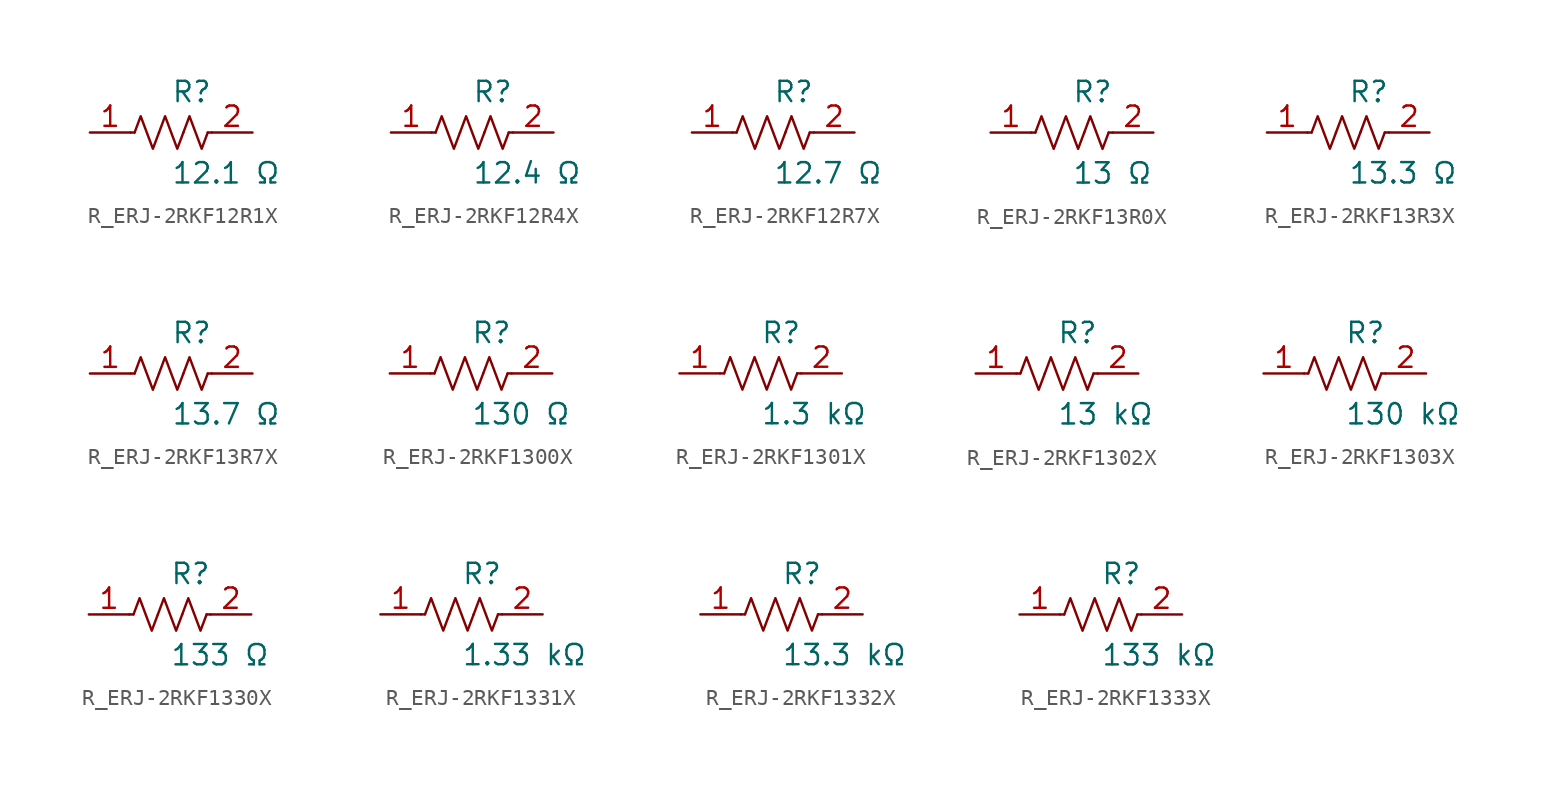
<source format=kicad_sym>
(kicad_symbol_lib
  (version 20231120)
  (generator kicad_symbol_editor)
  (generator_version 8.0)
  (symbol "R_ERJ-2RKF12R1X"
    (pin_names
      (offset 0.254))
    (property "Reference" "R"
      (at 0 2.54 0)
      (effects (font (size 1.27 1.27)) (justify left)))
    (property "Value" "12.1 Ω"
      (at 0 -2.54 0)
      (effects (font (size 1.27 1.27)) (justify left)))
    (symbol "R_ERJ-2RKF12R1X_0_1"
      (polyline (pts (xy 2.286 0) (xy 2.54 0)) (stroke (width 0) (type default)) (fill (type none)))
      (polyline (pts (xy -2.286 0) (xy -2.54 0)) (stroke (width 0) (type default)) (fill (type none)))
      (polyline (pts (xy 0.762 0) (xy 1.143 1.016) (xy 1.524 0) (xy 1.905 -1.016) (xy 2.286 0)) (stroke (width 0) (type default)) (fill (type none)))
      (polyline (pts (xy -0.762 0) (xy -0.381 1.016) (xy 0 0) (xy 0.381 -1.016) (xy 0.762 0)) (stroke (width 0) (type default)) (fill (type none)))
      (polyline (pts (xy -2.286 0) (xy -1.905 1.016) (xy -1.524 0) (xy -1.143 -1.016) (xy -0.762 0)) (stroke (width 0) (type default)) (fill (type none))))
    (pin passive line
      (at -5.08 0 0)
      (length 2.54)
      (name "" (effects (font (size 1.27 1.27))))
      (number "1" (effects (font (size 1.27 1.27)))))
    (pin passive line
      (at 5.08 0 180)
      (length 2.54)
      (name "" (effects (font (size 1.27 1.27))))
      (number "2" (effects (font (size 1.27 1.27))))))
  (symbol "R_ERJ-2RKF12R4X"
    (pin_names
      (offset 0.254))
    (property "Reference" "R"
      (at 0 2.54 0)
      (effects (font (size 1.27 1.27)) (justify left)))
    (property "Value" "12.4 Ω"
      (at 0 -2.54 0)
      (effects (font (size 1.27 1.27)) (justify left)))
    (symbol "R_ERJ-2RKF12R4X_0_1"
      (polyline (pts (xy 2.286 0) (xy 2.54 0)) (stroke (width 0) (type default)) (fill (type none)))
      (polyline (pts (xy -2.286 0) (xy -2.54 0)) (stroke (width 0) (type default)) (fill (type none)))
      (polyline (pts (xy 0.762 0) (xy 1.143 1.016) (xy 1.524 0) (xy 1.905 -1.016) (xy 2.286 0)) (stroke (width 0) (type default)) (fill (type none)))
      (polyline (pts (xy -0.762 0) (xy -0.381 1.016) (xy 0 0) (xy 0.381 -1.016) (xy 0.762 0)) (stroke (width 0) (type default)) (fill (type none)))
      (polyline (pts (xy -2.286 0) (xy -1.905 1.016) (xy -1.524 0) (xy -1.143 -1.016) (xy -0.762 0)) (stroke (width 0) (type default)) (fill (type none))))
    (pin passive line
      (at -5.08 0 0)
      (length 2.54)
      (name "" (effects (font (size 1.27 1.27))))
      (number "1" (effects (font (size 1.27 1.27)))))
    (pin passive line
      (at 5.08 0 180)
      (length 2.54)
      (name "" (effects (font (size 1.27 1.27))))
      (number "2" (effects (font (size 1.27 1.27))))))
  (symbol "R_ERJ-2RKF12R7X"
    (pin_names
      (offset 0.254))
    (property "Reference" "R"
      (at 0 2.54 0)
      (effects (font (size 1.27 1.27)) (justify left)))
    (property "Value" "12.7 Ω"
      (at 0 -2.54 0)
      (effects (font (size 1.27 1.27)) (justify left)))
    (symbol "R_ERJ-2RKF12R7X_0_1"
      (polyline (pts (xy 2.286 0) (xy 2.54 0)) (stroke (width 0) (type default)) (fill (type none)))
      (polyline (pts (xy -2.286 0) (xy -2.54 0)) (stroke (width 0) (type default)) (fill (type none)))
      (polyline (pts (xy 0.762 0) (xy 1.143 1.016) (xy 1.524 0) (xy 1.905 -1.016) (xy 2.286 0)) (stroke (width 0) (type default)) (fill (type none)))
      (polyline (pts (xy -0.762 0) (xy -0.381 1.016) (xy 0 0) (xy 0.381 -1.016) (xy 0.762 0)) (stroke (width 0) (type default)) (fill (type none)))
      (polyline (pts (xy -2.286 0) (xy -1.905 1.016) (xy -1.524 0) (xy -1.143 -1.016) (xy -0.762 0)) (stroke (width 0) (type default)) (fill (type none))))
    (pin passive line
      (at -5.08 0 0)
      (length 2.54)
      (name "" (effects (font (size 1.27 1.27))))
      (number "1" (effects (font (size 1.27 1.27)))))
    (pin passive line
      (at 5.08 0 180)
      (length 2.54)
      (name "" (effects (font (size 1.27 1.27))))
      (number "2" (effects (font (size 1.27 1.27))))))
  (symbol "R_ERJ-2RKF13R0X"
    (pin_names
      (offset 0.254))
    (property "Reference" "R"
      (at 0 2.54 0)
      (effects (font (size 1.27 1.27)) (justify left)))
    (property "Value" "13 Ω"
      (at 0 -2.54 0)
      (effects (font (size 1.27 1.27)) (justify left)))
    (symbol "R_ERJ-2RKF13R0X_0_1"
      (polyline (pts (xy 2.286 0) (xy 2.54 0)) (stroke (width 0) (type default)) (fill (type none)))
      (polyline (pts (xy -2.286 0) (xy -2.54 0)) (stroke (width 0) (type default)) (fill (type none)))
      (polyline (pts (xy 0.762 0) (xy 1.143 1.016) (xy 1.524 0) (xy 1.905 -1.016) (xy 2.286 0)) (stroke (width 0) (type default)) (fill (type none)))
      (polyline (pts (xy -0.762 0) (xy -0.381 1.016) (xy 0 0) (xy 0.381 -1.016) (xy 0.762 0)) (stroke (width 0) (type default)) (fill (type none)))
      (polyline (pts (xy -2.286 0) (xy -1.905 1.016) (xy -1.524 0) (xy -1.143 -1.016) (xy -0.762 0)) (stroke (width 0) (type default)) (fill (type none))))
    (pin passive line
      (at -5.08 0 0)
      (length 2.54)
      (name "" (effects (font (size 1.27 1.27))))
      (number "1" (effects (font (size 1.27 1.27)))))
    (pin passive line
      (at 5.08 0 180)
      (length 2.54)
      (name "" (effects (font (size 1.27 1.27))))
      (number "2" (effects (font (size 1.27 1.27))))))
  (symbol "R_ERJ-2RKF13R3X"
    (pin_names
      (offset 0.254))
    (property "Reference" "R"
      (at 0 2.54 0)
      (effects (font (size 1.27 1.27)) (justify left)))
    (property "Value" "13.3 Ω"
      (at 0 -2.54 0)
      (effects (font (size 1.27 1.27)) (justify left)))
    (symbol "R_ERJ-2RKF13R3X_0_1"
      (polyline (pts (xy 2.286 0) (xy 2.54 0)) (stroke (width 0) (type default)) (fill (type none)))
      (polyline (pts (xy -2.286 0) (xy -2.54 0)) (stroke (width 0) (type default)) (fill (type none)))
      (polyline (pts (xy 0.762 0) (xy 1.143 1.016) (xy 1.524 0) (xy 1.905 -1.016) (xy 2.286 0)) (stroke (width 0) (type default)) (fill (type none)))
      (polyline (pts (xy -0.762 0) (xy -0.381 1.016) (xy 0 0) (xy 0.381 -1.016) (xy 0.762 0)) (stroke (width 0) (type default)) (fill (type none)))
      (polyline (pts (xy -2.286 0) (xy -1.905 1.016) (xy -1.524 0) (xy -1.143 -1.016) (xy -0.762 0)) (stroke (width 0) (type default)) (fill (type none))))
    (pin passive line
      (at -5.08 0 0)
      (length 2.54)
      (name "" (effects (font (size 1.27 1.27))))
      (number "1" (effects (font (size 1.27 1.27)))))
    (pin passive line
      (at 5.08 0 180)
      (length 2.54)
      (name "" (effects (font (size 1.27 1.27))))
      (number "2" (effects (font (size 1.27 1.27))))))
  (symbol "R_ERJ-2RKF13R7X"
    (pin_names
      (offset 0.254))
    (property "Reference" "R"
      (at 0 2.54 0)
      (effects (font (size 1.27 1.27)) (justify left)))
    (property "Value" "13.7 Ω"
      (at 0 -2.54 0)
      (effects (font (size 1.27 1.27)) (justify left)))
    (symbol "R_ERJ-2RKF13R7X_0_1"
      (polyline (pts (xy 2.286 0) (xy 2.54 0)) (stroke (width 0) (type default)) (fill (type none)))
      (polyline (pts (xy -2.286 0) (xy -2.54 0)) (stroke (width 0) (type default)) (fill (type none)))
      (polyline (pts (xy 0.762 0) (xy 1.143 1.016) (xy 1.524 0) (xy 1.905 -1.016) (xy 2.286 0)) (stroke (width 0) (type default)) (fill (type none)))
      (polyline (pts (xy -0.762 0) (xy -0.381 1.016) (xy 0 0) (xy 0.381 -1.016) (xy 0.762 0)) (stroke (width 0) (type default)) (fill (type none)))
      (polyline (pts (xy -2.286 0) (xy -1.905 1.016) (xy -1.524 0) (xy -1.143 -1.016) (xy -0.762 0)) (stroke (width 0) (type default)) (fill (type none))))
    (pin passive line
      (at -5.08 0 0)
      (length 2.54)
      (name "" (effects (font (size 1.27 1.27))))
      (number "1" (effects (font (size 1.27 1.27)))))
    (pin passive line
      (at 5.08 0 180)
      (length 2.54)
      (name "" (effects (font (size 1.27 1.27))))
      (number "2" (effects (font (size 1.27 1.27))))))
  (symbol "R_ERJ-2RKF1300X"
    (pin_names
      (offset 0.254))
    (property "Reference" "R"
      (at 0 2.54 0)
      (effects (font (size 1.27 1.27)) (justify left)))
    (property "Value" "130 Ω"
      (at 0 -2.54 0)
      (effects (font (size 1.27 1.27)) (justify left)))
    (symbol "R_ERJ-2RKF1300X_0_1"
      (polyline (pts (xy 2.286 0) (xy 2.54 0)) (stroke (width 0) (type default)) (fill (type none)))
      (polyline (pts (xy -2.286 0) (xy -2.54 0)) (stroke (width 0) (type default)) (fill (type none)))
      (polyline (pts (xy 0.762 0) (xy 1.143 1.016) (xy 1.524 0) (xy 1.905 -1.016) (xy 2.286 0)) (stroke (width 0) (type default)) (fill (type none)))
      (polyline (pts (xy -0.762 0) (xy -0.381 1.016) (xy 0 0) (xy 0.381 -1.016) (xy 0.762 0)) (stroke (width 0) (type default)) (fill (type none)))
      (polyline (pts (xy -2.286 0) (xy -1.905 1.016) (xy -1.524 0) (xy -1.143 -1.016) (xy -0.762 0)) (stroke (width 0) (type default)) (fill (type none))))
    (pin passive line
      (at -5.08 0 0)
      (length 2.54)
      (name "" (effects (font (size 1.27 1.27))))
      (number "1" (effects (font (size 1.27 1.27)))))
    (pin passive line
      (at 5.08 0 180)
      (length 2.54)
      (name "" (effects (font (size 1.27 1.27))))
      (number "2" (effects (font (size 1.27 1.27))))))
  (symbol "R_ERJ-2RKF1301X"
    (pin_names
      (offset 0.254))
    (property "Reference" "R"
      (at 0 2.54 0)
      (effects (font (size 1.27 1.27)) (justify left)))
    (property "Value" "1.3 kΩ"
      (at 0 -2.54 0)
      (effects (font (size 1.27 1.27)) (justify left)))
    (symbol "R_ERJ-2RKF1301X_0_1"
      (polyline (pts (xy 2.286 0) (xy 2.54 0)) (stroke (width 0) (type default)) (fill (type none)))
      (polyline (pts (xy -2.286 0) (xy -2.54 0)) (stroke (width 0) (type default)) (fill (type none)))
      (polyline (pts (xy 0.762 0) (xy 1.143 1.016) (xy 1.524 0) (xy 1.905 -1.016) (xy 2.286 0)) (stroke (width 0) (type default)) (fill (type none)))
      (polyline (pts (xy -0.762 0) (xy -0.381 1.016) (xy 0 0) (xy 0.381 -1.016) (xy 0.762 0)) (stroke (width 0) (type default)) (fill (type none)))
      (polyline (pts (xy -2.286 0) (xy -1.905 1.016) (xy -1.524 0) (xy -1.143 -1.016) (xy -0.762 0)) (stroke (width 0) (type default)) (fill (type none))))
    (pin passive line
      (at -5.08 0 0)
      (length 2.54)
      (name "" (effects (font (size 1.27 1.27))))
      (number "1" (effects (font (size 1.27 1.27)))))
    (pin passive line
      (at 5.08 0 180)
      (length 2.54)
      (name "" (effects (font (size 1.27 1.27))))
      (number "2" (effects (font (size 1.27 1.27))))))
  (symbol "R_ERJ-2RKF1302X"
    (pin_names
      (offset 0.254))
    (property "Reference" "R"
      (at 0 2.54 0)
      (effects (font (size 1.27 1.27)) (justify left)))
    (property "Value" "13 kΩ"
      (at 0 -2.54 0)
      (effects (font (size 1.27 1.27)) (justify left)))
    (symbol "R_ERJ-2RKF1302X_0_1"
      (polyline (pts (xy 2.286 0) (xy 2.54 0)) (stroke (width 0) (type default)) (fill (type none)))
      (polyline (pts (xy -2.286 0) (xy -2.54 0)) (stroke (width 0) (type default)) (fill (type none)))
      (polyline (pts (xy 0.762 0) (xy 1.143 1.016) (xy 1.524 0) (xy 1.905 -1.016) (xy 2.286 0)) (stroke (width 0) (type default)) (fill (type none)))
      (polyline (pts (xy -0.762 0) (xy -0.381 1.016) (xy 0 0) (xy 0.381 -1.016) (xy 0.762 0)) (stroke (width 0) (type default)) (fill (type none)))
      (polyline (pts (xy -2.286 0) (xy -1.905 1.016) (xy -1.524 0) (xy -1.143 -1.016) (xy -0.762 0)) (stroke (width 0) (type default)) (fill (type none))))
    (pin passive line
      (at -5.08 0 0)
      (length 2.54)
      (name "" (effects (font (size 1.27 1.27))))
      (number "1" (effects (font (size 1.27 1.27)))))
    (pin passive line
      (at 5.08 0 180)
      (length 2.54)
      (name "" (effects (font (size 1.27 1.27))))
      (number "2" (effects (font (size 1.27 1.27))))))
  (symbol "R_ERJ-2RKF1303X"
    (pin_names
      (offset 0.254))
    (property "Reference" "R"
      (at 0 2.54 0)
      (effects (font (size 1.27 1.27)) (justify left)))
    (property "Value" "130 kΩ"
      (at 0 -2.54 0)
      (effects (font (size 1.27 1.27)) (justify left)))
    (symbol "R_ERJ-2RKF1303X_0_1"
      (polyline (pts (xy 2.286 0) (xy 2.54 0)) (stroke (width 0) (type default)) (fill (type none)))
      (polyline (pts (xy -2.286 0) (xy -2.54 0)) (stroke (width 0) (type default)) (fill (type none)))
      (polyline (pts (xy 0.762 0) (xy 1.143 1.016) (xy 1.524 0) (xy 1.905 -1.016) (xy 2.286 0)) (stroke (width 0) (type default)) (fill (type none)))
      (polyline (pts (xy -0.762 0) (xy -0.381 1.016) (xy 0 0) (xy 0.381 -1.016) (xy 0.762 0)) (stroke (width 0) (type default)) (fill (type none)))
      (polyline (pts (xy -2.286 0) (xy -1.905 1.016) (xy -1.524 0) (xy -1.143 -1.016) (xy -0.762 0)) (stroke (width 0) (type default)) (fill (type none))))
    (pin passive line
      (at -5.08 0 0)
      (length 2.54)
      (name "" (effects (font (size 1.27 1.27))))
      (number "1" (effects (font (size 1.27 1.27)))))
    (pin passive line
      (at 5.08 0 180)
      (length 2.54)
      (name "" (effects (font (size 1.27 1.27))))
      (number "2" (effects (font (size 1.27 1.27))))))
  (symbol "R_ERJ-2RKF1330X"
    (pin_names
      (offset 0.254))
    (property "Reference" "R"
      (at 0 2.54 0)
      (effects (font (size 1.27 1.27)) (justify left)))
    (property "Value" "133 Ω"
      (at 0 -2.54 0)
      (effects (font (size 1.27 1.27)) (justify left)))
    (symbol "R_ERJ-2RKF1330X_0_1"
      (polyline (pts (xy 2.286 0) (xy 2.54 0)) (stroke (width 0) (type default)) (fill (type none)))
      (polyline (pts (xy -2.286 0) (xy -2.54 0)) (stroke (width 0) (type default)) (fill (type none)))
      (polyline (pts (xy 0.762 0) (xy 1.143 1.016) (xy 1.524 0) (xy 1.905 -1.016) (xy 2.286 0)) (stroke (width 0) (type default)) (fill (type none)))
      (polyline (pts (xy -0.762 0) (xy -0.381 1.016) (xy 0 0) (xy 0.381 -1.016) (xy 0.762 0)) (stroke (width 0) (type default)) (fill (type none)))
      (polyline (pts (xy -2.286 0) (xy -1.905 1.016) (xy -1.524 0) (xy -1.143 -1.016) (xy -0.762 0)) (stroke (width 0) (type default)) (fill (type none))))
    (pin passive line
      (at -5.08 0 0)
      (length 2.54)
      (name "" (effects (font (size 1.27 1.27))))
      (number "1" (effects (font (size 1.27 1.27)))))
    (pin passive line
      (at 5.08 0 180)
      (length 2.54)
      (name "" (effects (font (size 1.27 1.27))))
      (number "2" (effects (font (size 1.27 1.27))))))
  (symbol "R_ERJ-2RKF1331X"
    (pin_names
      (offset 0.254))
    (property "Reference" "R"
      (at 0 2.54 0)
      (effects (font (size 1.27 1.27)) (justify left)))
    (property "Value" "1.33 kΩ"
      (at 0 -2.54 0)
      (effects (font (size 1.27 1.27)) (justify left)))
    (symbol "R_ERJ-2RKF1331X_0_1"
      (polyline (pts (xy 2.286 0) (xy 2.54 0)) (stroke (width 0) (type default)) (fill (type none)))
      (polyline (pts (xy -2.286 0) (xy -2.54 0)) (stroke (width 0) (type default)) (fill (type none)))
      (polyline (pts (xy 0.762 0) (xy 1.143 1.016) (xy 1.524 0) (xy 1.905 -1.016) (xy 2.286 0)) (stroke (width 0) (type default)) (fill (type none)))
      (polyline (pts (xy -0.762 0) (xy -0.381 1.016) (xy 0 0) (xy 0.381 -1.016) (xy 0.762 0)) (stroke (width 0) (type default)) (fill (type none)))
      (polyline (pts (xy -2.286 0) (xy -1.905 1.016) (xy -1.524 0) (xy -1.143 -1.016) (xy -0.762 0)) (stroke (width 0) (type default)) (fill (type none))))
    (pin passive line
      (at -5.08 0 0)
      (length 2.54)
      (name "" (effects (font (size 1.27 1.27))))
      (number "1" (effects (font (size 1.27 1.27)))))
    (pin passive line
      (at 5.08 0 180)
      (length 2.54)
      (name "" (effects (font (size 1.27 1.27))))
      (number "2" (effects (font (size 1.27 1.27))))))
  (symbol "R_ERJ-2RKF1332X"
    (pin_names
      (offset 0.254))
    (property "Reference" "R"
      (at 0 2.54 0)
      (effects (font (size 1.27 1.27)) (justify left)))
    (property "Value" "13.3 kΩ"
      (at 0 -2.54 0)
      (effects (font (size 1.27 1.27)) (justify left)))
    (symbol "R_ERJ-2RKF1332X_0_1"
      (polyline (pts (xy 2.286 0) (xy 2.54 0)) (stroke (width 0) (type default)) (fill (type none)))
      (polyline (pts (xy -2.286 0) (xy -2.54 0)) (stroke (width 0) (type default)) (fill (type none)))
      (polyline (pts (xy 0.762 0) (xy 1.143 1.016) (xy 1.524 0) (xy 1.905 -1.016) (xy 2.286 0)) (stroke (width 0) (type default)) (fill (type none)))
      (polyline (pts (xy -0.762 0) (xy -0.381 1.016) (xy 0 0) (xy 0.381 -1.016) (xy 0.762 0)) (stroke (width 0) (type default)) (fill (type none)))
      (polyline (pts (xy -2.286 0) (xy -1.905 1.016) (xy -1.524 0) (xy -1.143 -1.016) (xy -0.762 0)) (stroke (width 0) (type default)) (fill (type none))))
    (pin passive line
      (at -5.08 0 0)
      (length 2.54)
      (name "" (effects (font (size 1.27 1.27))))
      (number "1" (effects (font (size 1.27 1.27)))))
    (pin passive line
      (at 5.08 0 180)
      (length 2.54)
      (name "" (effects (font (size 1.27 1.27))))
      (number "2" (effects (font (size 1.27 1.27))))))
  (symbol "R_ERJ-2RKF1333X"
    (pin_names
      (offset 0.254))
    (property "Reference" "R"
      (at 0 2.54 0)
      (effects (font (size 1.27 1.27)) (justify left)))
    (property "Value" "133 kΩ"
      (at 0 -2.54 0)
      (effects (font (size 1.27 1.27)) (justify left)))
    (symbol "R_ERJ-2RKF1333X_0_1"
      (polyline (pts (xy 2.286 0) (xy 2.54 0)) (stroke (width 0) (type default)) (fill (type none)))
      (polyline (pts (xy -2.286 0) (xy -2.54 0)) (stroke (width 0) (type default)) (fill (type none)))
      (polyline (pts (xy 0.762 0) (xy 1.143 1.016) (xy 1.524 0) (xy 1.905 -1.016) (xy 2.286 0)) (stroke (width 0) (type default)) (fill (type none)))
      (polyline (pts (xy -0.762 0) (xy -0.381 1.016) (xy 0 0) (xy 0.381 -1.016) (xy 0.762 0)) (stroke (width 0) (type default)) (fill (type none)))
      (polyline (pts (xy -2.286 0) (xy -1.905 1.016) (xy -1.524 0) (xy -1.143 -1.016) (xy -0.762 0)) (stroke (width 0) (type default)) (fill (type none))))
    (pin passive line
      (at -5.08 0 0)
      (length 2.54)
      (name "" (effects (font (size 1.27 1.27))))
      (number "1" (effects (font (size 1.27 1.27)))))
    (pin passive line
      (at 5.08 0 180)
      (length 2.54)
      (name "" (effects (font (size 1.27 1.27))))
      (number "2" (effects (font (size 1.27 1.27)))))))
</source>
